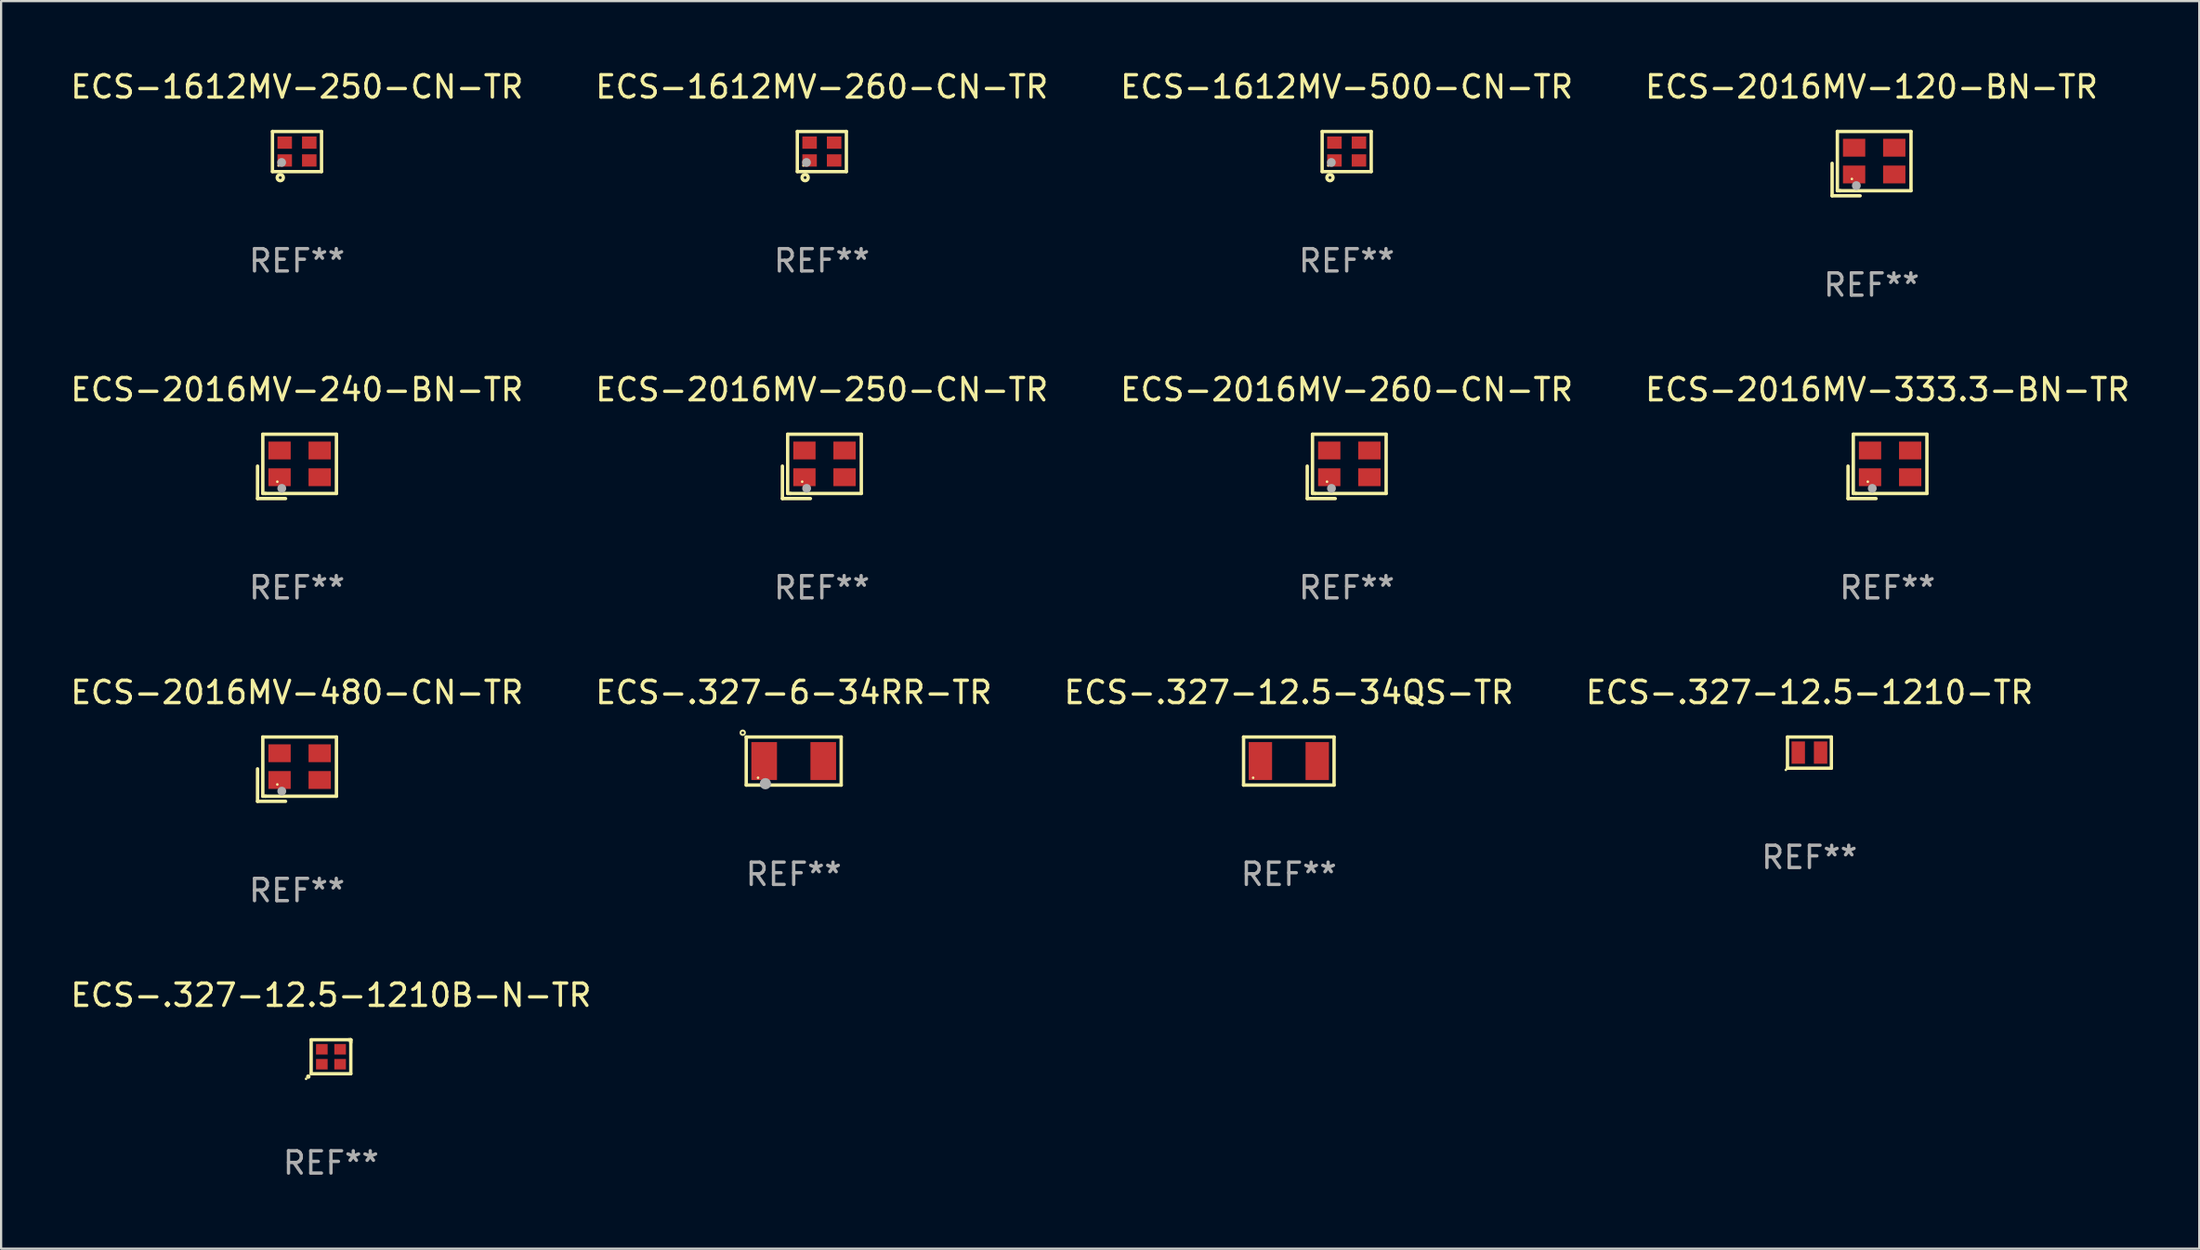
<source format=kicad_pcb>
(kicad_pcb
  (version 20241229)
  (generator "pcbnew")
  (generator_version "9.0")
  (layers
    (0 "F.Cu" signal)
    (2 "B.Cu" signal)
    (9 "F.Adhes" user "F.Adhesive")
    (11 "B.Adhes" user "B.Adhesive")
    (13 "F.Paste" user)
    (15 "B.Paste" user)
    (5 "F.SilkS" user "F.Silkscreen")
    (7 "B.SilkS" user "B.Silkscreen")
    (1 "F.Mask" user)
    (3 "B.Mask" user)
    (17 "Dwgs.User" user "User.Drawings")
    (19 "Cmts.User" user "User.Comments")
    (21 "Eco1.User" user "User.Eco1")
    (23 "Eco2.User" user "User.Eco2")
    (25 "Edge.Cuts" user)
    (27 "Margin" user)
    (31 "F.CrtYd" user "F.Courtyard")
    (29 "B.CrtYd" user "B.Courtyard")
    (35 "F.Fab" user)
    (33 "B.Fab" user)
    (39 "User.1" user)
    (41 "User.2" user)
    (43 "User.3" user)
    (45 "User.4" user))
  (footprint "ECS-.327-12.5-1210B-N-TR"
    (layer "F.Cu")
    (at 11.792 44.357)
    (property "Reference" "ECS-.327-12.5-1210B-N-TR" (at 0 -2.762 0) (layer "F.SilkS") (effects (font (size 1 1) (thickness 0.15))))
    (attr through_hole)
    (fp_line (start -0.889 -0.762) (end -0.889 0.762) (stroke (width 0.15) (type solid)) (layer "F.SilkS"))
    (fp_line (start -0.889 0.762) (end 0.889 0.762) (stroke (width 0.15) (type solid)) (layer "F.SilkS"))
    (fp_line (start 0.889 -0.762) (end -0.889 -0.762) (stroke (width 0.15) (type solid)) (layer "F.SilkS"))
    (fp_line (start 0.889 -0.762) (end 0.797 -0.762) (stroke (width 0.15) (type solid)) (layer "F.SilkS"))
    (fp_line (start 0.889 -0.638) (end 0.889 -0.762) (stroke (width 0.15) (type solid)) (layer "F.SilkS"))
    (fp_line (start 0.889 0.762) (end 0.889 -0.762) (stroke (width 0.15) (type solid)) (layer "F.SilkS"))
    (fp_circle (center -1.117 0.99) (end -1.087 0.99) (stroke (width 0.06) (type solid)) (fill no) (layer "F.SilkS"))
    (fp_circle (center -1.016 0.889) (end -0.965 0.889) (stroke (width 0.1) (type solid)) (fill no) (layer "F.SilkS"))
    (fp_text user "REF**" (at 0 4.762 0) (layer "F.Fab") (effects (font (size 1 1) (thickness 0.15))))
    (pad "1" smd rect (at -0.41 0.335) (size 0.52 0.47) (layers "F.Cu" "F.Mask" "F.Paste"))
    (pad "2" smd rect (at 0.41 0.335) (size 0.52 0.47) (layers "F.Cu" "F.Mask" "F.Paste"))
    (pad "3" smd rect (at 0.41 -0.335) (size 0.52 0.47) (layers "F.Cu" "F.Mask" "F.Paste"))
    (pad "4" smd rect (at -0.41 -0.335) (size 0.52 0.47) (layers "F.Cu" "F.Mask" "F.Paste")))
  (footprint "ECS-2016MV-333.3-BN-TR"
    (layer "F.Cu")
    (at 81.589 17.873)
    (property "Reference" "ECS-2016MV-333.3-BN-TR" (at 0 -3.443 0) (layer "F.SilkS") (effects (font (size 1 1) (thickness 0.15))))
    (attr through_hole)
    (fp_line (start -1.769 -0.014) (end -1.769 1.443) (stroke (width 0.152) (type solid)) (layer "F.SilkS"))
    (fp_line (start -1.769 1.443) (end -0.512 1.443) (stroke (width 0.152) (type solid)) (layer "F.SilkS"))
    (fp_line (start -1.533 -1.443) (end 1.769 -1.443) (stroke (width 0.152) (type solid)) (layer "F.SilkS"))
    (fp_line (start -1.533 1.214) (end -1.533 -1.443) (stroke (width 0.152) (type solid)) (layer "F.SilkS"))
    (fp_line (start -1.411 1.214) (end -1.533 1.214) (stroke (width 0.152) (type solid)) (layer "F.SilkS"))
    (fp_line (start 1.769 -1.443) (end 1.769 1.214) (stroke (width 0.152) (type solid)) (layer "F.SilkS"))
    (fp_line (start 1.769 1.214) (end -1.411 1.214) (stroke (width 0.152) (type solid)) (layer "F.SilkS"))
    (fp_circle (center -0.882 0.686) (end -0.852 0.686) (stroke (width 0.06) (type solid)) (fill no) (layer "F.SilkS"))
    (fp_circle (center -0.682 0.986) (end -0.582 0.986) (stroke (width 0.2) (type solid)) (fill no) (layer "F.Fab"))
    (fp_text user "REF**" (at 0 5.443 0) (layer "F.Fab") (effects (font (size 1 1) (thickness 0.15))))
    (pad "1" smd rect (at -0.782 0.486 90) (size 0.8 1) (layers "F.Cu" "F.Mask" "F.Paste"))
    (pad "2" smd rect (at 1.018 0.486 90) (size 0.8 1) (layers "F.Cu" "F.Mask" "F.Paste"))
    (pad "3" smd rect (at 1.018 -0.714 90) (size 0.8 1) (layers "F.Cu" "F.Mask" "F.Paste"))
    (pad "4" smd rect (at -0.782 -0.714 90) (size 0.8 1) (layers "F.Cu" "F.Mask" "F.Paste")))
  (footprint "ECS-.327-6-34RR-TR"
    (layer "F.Cu")
    (at 32.542 31.091)
    (property "Reference" "ECS-.327-6-34RR-TR" (at 0 -3.079 0) (layer "F.SilkS") (effects (font (size 1 1) (thickness 0.15))))
    (attr through_hole)
    (fp_line (start -2.129 -1.079) (end 2.129 -1.079) (stroke (width 0.152) (type solid)) (layer "F.SilkS"))
    (fp_line (start -2.129 1.079) (end -2.129 -1.079) (stroke (width 0.152) (type solid)) (layer "F.SilkS"))
    (fp_line (start 2.129 -1.079) (end 2.129 1.079) (stroke (width 0.152) (type solid)) (layer "F.SilkS"))
    (fp_line (start 2.129 1.079) (end -2.129 1.079) (stroke (width 0.152) (type solid)) (layer "F.SilkS"))
    (fp_circle (center -2.286 -1.27) (end -2.186 -1.27) (stroke (width 0.085) (type solid)) (fill no) (layer "F.SilkS"))
    (fp_circle (center -1.6 0.75) (end -1.57 0.75) (stroke (width 0.06) (type solid)) (fill no) (layer "F.SilkS"))
    (fp_circle (center -1.27 1.016) (end -1.143 1.016) (stroke (width 0.254) (type solid)) (fill no) (layer "F.Fab"))
    (fp_text user "REF**" (at 0 5.079 0) (layer "F.Fab") (effects (font (size 1 1) (thickness 0.15))))
    (pad "1" smd rect (at -1.325 0) (size 1.15 1.7) (layers "F.Cu" "F.Mask" "F.Paste"))
    (pad "2" smd rect (at 1.325 0) (size 1.15 1.7) (layers "F.Cu" "F.Mask" "F.Paste")))
  (footprint "ECS-1612MV-500-CN-TR"
    (layer "F.Cu")
    (at 57.339 3.748)
    (property "Reference" "ECS-1612MV-500-CN-TR" (at 0 -2.9 0) (layer "F.SilkS") (effects (font (size 1 1) (thickness 0.15))))
    (attr through_hole)
    (fp_line (start -1.1 -0.9) (end -1.1 0.9) (stroke (width 0.15) (type solid)) (layer "F.SilkS"))
    (fp_line (start -1.1 -0.9) (end 1.1 -0.9) (stroke (width 0.15) (type solid)) (layer "F.SilkS"))
    (fp_line (start -1.1 0.9) (end 1.1 0.9) (stroke (width 0.15) (type solid)) (layer "F.SilkS"))
    (fp_line (start 1.1 -0.9) (end 1.1 0.9) (stroke (width 0.15) (type solid)) (layer "F.SilkS"))
    (fp_circle (center -0.825 0.625) (end -0.795 0.625) (stroke (width 0.06) (type solid)) (fill no) (layer "F.SilkS"))
    (fp_circle (center -0.75 1.17) (end -0.686 1.17) (stroke (width 0.15) (type solid)) (fill no) (layer "F.SilkS"))
    (fp_circle (center -0.69 0.49) (end -0.59 0.49) (stroke (width 0.2) (type solid)) (fill no) (layer "F.Fab"))
    (fp_text user "REF**" (at 0 4.9 0) (layer "F.Fab") (effects (font (size 1 1) (thickness 0.15))))
    (pad "1" smd rect (at -0.55 0.4) (size 0.65 0.55) (layers "F.Cu" "F.Mask" "F.Paste"))
    (pad "2" smd rect (at 0.55 0.4) (size 0.65 0.55) (layers "F.Cu" "F.Mask" "F.Paste"))
    (pad "3" smd rect (at 0.55 -0.4) (size 0.65 0.55) (layers "F.Cu" "F.Mask" "F.Paste"))
    (pad "4" smd rect (at -0.55 -0.4) (size 0.65 0.55) (layers "F.Cu" "F.Mask" "F.Paste")))
  (footprint "ECS-.327-12.5-1210-TR"
    (layer "F.Cu")
    (at 78.089 30.712)
    (property "Reference" "ECS-.327-12.5-1210-TR" (at 0 -2.7 0) (layer "F.SilkS") (effects (font (size 1 1) (thickness 0.15))))
    (attr through_hole)
    (fp_line (start -0.984 -0.7) (end -0.984 0.7) (stroke (width 0.15) (type solid)) (layer "F.SilkS"))
    (fp_line (start 0.984 -0.7) (end -0.984 -0.7) (stroke (width 0.15) (type solid)) (layer "F.SilkS"))
    (fp_line (start 0.984 0.7) (end -0.984 0.7) (stroke (width 0.15) (type solid)) (layer "F.SilkS"))
    (fp_line (start 0.984 -0.7) (end 0.984 0.7) (stroke (width 0.15) (type solid)) (layer "F.SilkS"))
    (fp_circle (center -1.059 0.775) (end -1.029 0.775) (stroke (width 0.06) (type solid)) (fill no) (layer "F.SilkS"))
    (fp_text user "REF**" (at 0 4.7 0) (layer "F.Fab") (effects (font (size 1 1) (thickness 0.15))))
    (pad "1" smd rect (at -0.5 0 90) (size 1 0.6) (layers "F.Cu" "F.Mask" "F.Paste"))
    (pad "2" smd rect (at 0.5 0 90) (size 1 0.6) (layers "F.Cu" "F.Mask" "F.Paste")))
  (footprint "ECS-2016MV-260-CN-TR"
    (layer "F.Cu")
    (at 57.339 17.873)
    (property "Reference" "ECS-2016MV-260-CN-TR" (at 0 -3.443 0) (layer "F.SilkS") (effects (font (size 1 1) (thickness 0.15))))
    (attr through_hole)
    (fp_line (start -1.769 -0.014) (end -1.769 1.443) (stroke (width 0.152) (type solid)) (layer "F.SilkS"))
    (fp_line (start -1.769 1.443) (end -0.512 1.443) (stroke (width 0.152) (type solid)) (layer "F.SilkS"))
    (fp_line (start -1.533 -1.443) (end 1.769 -1.443) (stroke (width 0.152) (type solid)) (layer "F.SilkS"))
    (fp_line (start -1.533 1.214) (end -1.533 -1.443) (stroke (width 0.152) (type solid)) (layer "F.SilkS"))
    (fp_line (start -1.411 1.214) (end -1.533 1.214) (stroke (width 0.152) (type solid)) (layer "F.SilkS"))
    (fp_line (start 1.769 -1.443) (end 1.769 1.214) (stroke (width 0.152) (type solid)) (layer "F.SilkS"))
    (fp_line (start 1.769 1.214) (end -1.411 1.214) (stroke (width 0.152) (type solid)) (layer "F.SilkS"))
    (fp_circle (center -0.882 0.686) (end -0.852 0.686) (stroke (width 0.06) (type solid)) (fill no) (layer "F.SilkS"))
    (fp_circle (center -0.682 0.986) (end -0.582 0.986) (stroke (width 0.2) (type solid)) (fill no) (layer "F.Fab"))
    (fp_text user "REF**" (at 0 5.443 0) (layer "F.Fab") (effects (font (size 1 1) (thickness 0.15))))
    (pad "1" smd rect (at -0.782 0.486 90) (size 0.8 1) (layers "F.Cu" "F.Mask" "F.Paste"))
    (pad "2" smd rect (at 1.018 0.486 90) (size 0.8 1) (layers "F.Cu" "F.Mask" "F.Paste"))
    (pad "3" smd rect (at 1.018 -0.714 90) (size 0.8 1) (layers "F.Cu" "F.Mask" "F.Paste"))
    (pad "4" smd rect (at -0.782 -0.714 90) (size 0.8 1) (layers "F.Cu" "F.Mask" "F.Paste")))
  (footprint "ECS-.327-12.5-34QS-TR"
    (layer "F.Cu")
    (at 54.744 31.091)
    (property "Reference" "ECS-.327-12.5-34QS-TR" (at 0 -3.079 0) (layer "F.SilkS") (effects (font (size 1 1) (thickness 0.15))))
    (attr through_hole)
    (fp_line (start -2.029 -1.079) (end 2.029 -1.079) (stroke (width 0.152) (type solid)) (layer "F.SilkS"))
    (fp_line (start -2.029 1.079) (end -2.029 -1.079) (stroke (width 0.152) (type solid)) (layer "F.SilkS"))
    (fp_line (start 2.029 -1.079) (end 2.029 1.079) (stroke (width 0.152) (type solid)) (layer "F.SilkS"))
    (fp_line (start 2.029 1.079) (end -2.029 1.079) (stroke (width 0.152) (type solid)) (layer "F.SilkS"))
    (fp_circle (center -1.6 0.75) (end -1.57 0.75) (stroke (width 0.06) (type solid)) (fill no) (layer "F.SilkS"))
    (fp_text user "REF**" (at 0 5.079 0) (layer "F.Fab") (effects (font (size 1 1) (thickness 0.15))))
    (pad "1" smd rect (at -1.275 0) (size 1.05 1.7) (layers "F.Cu" "F.Mask" "F.Paste"))
    (pad "2" smd rect (at 1.275 0) (size 1.05 1.7) (layers "F.Cu" "F.Mask" "F.Paste")))
  (footprint "ECS-2016MV-480-CN-TR"
    (layer "F.Cu")
    (at 10.268 31.455)
    (property "Reference" "ECS-2016MV-480-CN-TR" (at 0 -3.443 0) (layer "F.SilkS") (effects (font (size 1 1) (thickness 0.15))))
    (attr through_hole)
    (fp_line (start -1.769 -0.014) (end -1.769 1.443) (stroke (width 0.152) (type solid)) (layer "F.SilkS"))
    (fp_line (start -1.769 1.443) (end -0.512 1.443) (stroke (width 0.152) (type solid)) (layer "F.SilkS"))
    (fp_line (start -1.533 -1.443) (end 1.769 -1.443) (stroke (width 0.152) (type solid)) (layer "F.SilkS"))
    (fp_line (start -1.533 1.214) (end -1.533 -1.443) (stroke (width 0.152) (type solid)) (layer "F.SilkS"))
    (fp_line (start -1.411 1.214) (end -1.533 1.214) (stroke (width 0.152) (type solid)) (layer "F.SilkS"))
    (fp_line (start 1.769 -1.443) (end 1.769 1.214) (stroke (width 0.152) (type solid)) (layer "F.SilkS"))
    (fp_line (start 1.769 1.214) (end -1.411 1.214) (stroke (width 0.152) (type solid)) (layer "F.SilkS"))
    (fp_circle (center -0.882 0.686) (end -0.852 0.686) (stroke (width 0.06) (type solid)) (fill no) (layer "F.SilkS"))
    (fp_circle (center -0.682 0.986) (end -0.582 0.986) (stroke (width 0.2) (type solid)) (fill no) (layer "F.Fab"))
    (fp_text user "REF**" (at 0 5.443 0) (layer "F.Fab") (effects (font (size 1 1) (thickness 0.15))))
    (pad "1" smd rect (at -0.782 0.486 90) (size 0.8 1) (layers "F.Cu" "F.Mask" "F.Paste"))
    (pad "2" smd rect (at 1.018 0.486 90) (size 0.8 1) (layers "F.Cu" "F.Mask" "F.Paste"))
    (pad "3" smd rect (at 1.018 -0.714 90) (size 0.8 1) (layers "F.Cu" "F.Mask" "F.Paste"))
    (pad "4" smd rect (at -0.782 -0.714 90) (size 0.8 1) (layers "F.Cu" "F.Mask" "F.Paste")))
  (footprint "ECS-1612MV-260-CN-TR"
    (layer "F.Cu")
    (at 33.804 3.748)
    (property "Reference" "ECS-1612MV-260-CN-TR" (at 0 -2.9 0) (layer "F.SilkS") (effects (font (size 1 1) (thickness 0.15))))
    (attr through_hole)
    (fp_line (start -1.1 -0.9) (end -1.1 0.9) (stroke (width 0.15) (type solid)) (layer "F.SilkS"))
    (fp_line (start -1.1 -0.9) (end 1.1 -0.9) (stroke (width 0.15) (type solid)) (layer "F.SilkS"))
    (fp_line (start -1.1 0.9) (end 1.1 0.9) (stroke (width 0.15) (type solid)) (layer "F.SilkS"))
    (fp_line (start 1.1 -0.9) (end 1.1 0.9) (stroke (width 0.15) (type solid)) (layer "F.SilkS"))
    (fp_circle (center -0.825 0.625) (end -0.795 0.625) (stroke (width 0.06) (type solid)) (fill no) (layer "F.SilkS"))
    (fp_circle (center -0.75 1.17) (end -0.686 1.17) (stroke (width 0.15) (type solid)) (fill no) (layer "F.SilkS"))
    (fp_circle (center -0.69 0.49) (end -0.59 0.49) (stroke (width 0.2) (type solid)) (fill no) (layer "F.Fab"))
    (fp_text user "REF**" (at 0 4.9 0) (layer "F.Fab") (effects (font (size 1 1) (thickness 0.15))))
    (pad "1" smd rect (at -0.55 0.4) (size 0.65 0.55) (layers "F.Cu" "F.Mask" "F.Paste"))
    (pad "2" smd rect (at 0.55 0.4) (size 0.65 0.55) (layers "F.Cu" "F.Mask" "F.Paste"))
    (pad "3" smd rect (at 0.55 -0.4) (size 0.65 0.55) (layers "F.Cu" "F.Mask" "F.Paste"))
    (pad "4" smd rect (at -0.55 -0.4) (size 0.65 0.55) (layers "F.Cu" "F.Mask" "F.Paste")))
  (footprint "ECS-2016MV-120-BN-TR"
    (layer "F.Cu")
    (at 80.875 4.291)
    (property "Reference" "ECS-2016MV-120-BN-TR" (at 0 -3.443 0) (layer "F.SilkS") (effects (font (size 1 1) (thickness 0.15))))
    (attr through_hole)
    (fp_line (start -1.769 -0.014) (end -1.769 1.443) (stroke (width 0.152) (type solid)) (layer "F.SilkS"))
    (fp_line (start -1.769 1.443) (end -0.512 1.443) (stroke (width 0.152) (type solid)) (layer "F.SilkS"))
    (fp_line (start -1.533 -1.443) (end 1.769 -1.443) (stroke (width 0.152) (type solid)) (layer "F.SilkS"))
    (fp_line (start -1.533 1.214) (end -1.533 -1.443) (stroke (width 0.152) (type solid)) (layer "F.SilkS"))
    (fp_line (start -1.411 1.214) (end -1.533 1.214) (stroke (width 0.152) (type solid)) (layer "F.SilkS"))
    (fp_line (start 1.769 -1.443) (end 1.769 1.214) (stroke (width 0.152) (type solid)) (layer "F.SilkS"))
    (fp_line (start 1.769 1.214) (end -1.411 1.214) (stroke (width 0.152) (type solid)) (layer "F.SilkS"))
    (fp_circle (center -0.882 0.686) (end -0.852 0.686) (stroke (width 0.06) (type solid)) (fill no) (layer "F.SilkS"))
    (fp_circle (center -0.682 0.986) (end -0.582 0.986) (stroke (width 0.2) (type solid)) (fill no) (layer "F.Fab"))
    (fp_text user "REF**" (at 0 5.443 0) (layer "F.Fab") (effects (font (size 1 1) (thickness 0.15))))
    (pad "1" smd rect (at -0.782 0.486 90) (size 0.8 1) (layers "F.Cu" "F.Mask" "F.Paste"))
    (pad "2" smd rect (at 1.018 0.486 90) (size 0.8 1) (layers "F.Cu" "F.Mask" "F.Paste"))
    (pad "3" smd rect (at 1.018 -0.714 90) (size 0.8 1) (layers "F.Cu" "F.Mask" "F.Paste"))
    (pad "4" smd rect (at -0.782 -0.714 90) (size 0.8 1) (layers "F.Cu" "F.Mask" "F.Paste")))
  (footprint "ECS-2016MV-250-CN-TR"
    (layer "F.Cu")
    (at 33.804 17.873)
    (property "Reference" "ECS-2016MV-250-CN-TR" (at 0 -3.443 0) (layer "F.SilkS") (effects (font (size 1 1) (thickness 0.15))))
    (attr through_hole)
    (fp_line (start -1.769 -0.014) (end -1.769 1.443) (stroke (width 0.152) (type solid)) (layer "F.SilkS"))
    (fp_line (start -1.769 1.443) (end -0.512 1.443) (stroke (width 0.152) (type solid)) (layer "F.SilkS"))
    (fp_line (start -1.533 -1.443) (end 1.769 -1.443) (stroke (width 0.152) (type solid)) (layer "F.SilkS"))
    (fp_line (start -1.533 1.214) (end -1.533 -1.443) (stroke (width 0.152) (type solid)) (layer "F.SilkS"))
    (fp_line (start -1.411 1.214) (end -1.533 1.214) (stroke (width 0.152) (type solid)) (layer "F.SilkS"))
    (fp_line (start 1.769 -1.443) (end 1.769 1.214) (stroke (width 0.152) (type solid)) (layer "F.SilkS"))
    (fp_line (start 1.769 1.214) (end -1.411 1.214) (stroke (width 0.152) (type solid)) (layer "F.SilkS"))
    (fp_circle (center -0.882 0.686) (end -0.852 0.686) (stroke (width 0.06) (type solid)) (fill no) (layer "F.SilkS"))
    (fp_circle (center -0.682 0.986) (end -0.582 0.986) (stroke (width 0.2) (type solid)) (fill no) (layer "F.Fab"))
    (fp_text user "REF**" (at 0 5.443 0) (layer "F.Fab") (effects (font (size 1 1) (thickness 0.15))))
    (pad "1" smd rect (at -0.782 0.486 90) (size 0.8 1) (layers "F.Cu" "F.Mask" "F.Paste"))
    (pad "2" smd rect (at 1.018 0.486 90) (size 0.8 1) (layers "F.Cu" "F.Mask" "F.Paste"))
    (pad "3" smd rect (at 1.018 -0.714 90) (size 0.8 1) (layers "F.Cu" "F.Mask" "F.Paste"))
    (pad "4" smd rect (at -0.782 -0.714 90) (size 0.8 1) (layers "F.Cu" "F.Mask" "F.Paste")))
  (footprint "ECS-1612MV-250-CN-TR"
    (layer "F.Cu")
    (at 10.268 3.748)
    (property "Reference" "ECS-1612MV-250-CN-TR" (at 0 -2.9 0) (layer "F.SilkS") (effects (font (size 1 1) (thickness 0.15))))
    (attr through_hole)
    (fp_line (start -1.1 -0.9) (end -1.1 0.9) (stroke (width 0.15) (type solid)) (layer "F.SilkS"))
    (fp_line (start -1.1 -0.9) (end 1.1 -0.9) (stroke (width 0.15) (type solid)) (layer "F.SilkS"))
    (fp_line (start -1.1 0.9) (end 1.1 0.9) (stroke (width 0.15) (type solid)) (layer "F.SilkS"))
    (fp_line (start 1.1 -0.9) (end 1.1 0.9) (stroke (width 0.15) (type solid)) (layer "F.SilkS"))
    (fp_circle (center -0.825 0.625) (end -0.795 0.625) (stroke (width 0.06) (type solid)) (fill no) (layer "F.SilkS"))
    (fp_circle (center -0.75 1.17) (end -0.686 1.17) (stroke (width 0.15) (type solid)) (fill no) (layer "F.SilkS"))
    (fp_circle (center -0.69 0.49) (end -0.59 0.49) (stroke (width 0.2) (type solid)) (fill no) (layer "F.Fab"))
    (fp_text user "REF**" (at 0 4.9 0) (layer "F.Fab") (effects (font (size 1 1) (thickness 0.15))))
    (pad "1" smd rect (at -0.55 0.4) (size 0.65 0.55) (layers "F.Cu" "F.Mask" "F.Paste"))
    (pad "2" smd rect (at 0.55 0.4) (size 0.65 0.55) (layers "F.Cu" "F.Mask" "F.Paste"))
    (pad "3" smd rect (at 0.55 -0.4) (size 0.65 0.55) (layers "F.Cu" "F.Mask" "F.Paste"))
    (pad "4" smd rect (at -0.55 -0.4) (size 0.65 0.55) (layers "F.Cu" "F.Mask" "F.Paste")))
  (footprint "ECS-2016MV-240-BN-TR"
    (layer "F.Cu")
    (at 10.268 17.873)
    (property "Reference" "ECS-2016MV-240-BN-TR" (at 0 -3.443 0) (layer "F.SilkS") (effects (font (size 1 1) (thickness 0.15))))
    (attr through_hole)
    (fp_line (start -1.769 -0.014) (end -1.769 1.443) (stroke (width 0.152) (type solid)) (layer "F.SilkS"))
    (fp_line (start -1.769 1.443) (end -0.512 1.443) (stroke (width 0.152) (type solid)) (layer "F.SilkS"))
    (fp_line (start -1.533 -1.443) (end 1.769 -1.443) (stroke (width 0.152) (type solid)) (layer "F.SilkS"))
    (fp_line (start -1.533 1.214) (end -1.533 -1.443) (stroke (width 0.152) (type solid)) (layer "F.SilkS"))
    (fp_line (start -1.411 1.214) (end -1.533 1.214) (stroke (width 0.152) (type solid)) (layer "F.SilkS"))
    (fp_line (start 1.769 -1.443) (end 1.769 1.214) (stroke (width 0.152) (type solid)) (layer "F.SilkS"))
    (fp_line (start 1.769 1.214) (end -1.411 1.214) (stroke (width 0.152) (type solid)) (layer "F.SilkS"))
    (fp_circle (center -0.882 0.686) (end -0.852 0.686) (stroke (width 0.06) (type solid)) (fill no) (layer "F.SilkS"))
    (fp_circle (center -0.682 0.986) (end -0.582 0.986) (stroke (width 0.2) (type solid)) (fill no) (layer "F.Fab"))
    (fp_text user "REF**" (at 0 5.443 0) (layer "F.Fab") (effects (font (size 1 1) (thickness 0.15))))
    (pad "1" smd rect (at -0.782 0.486 90) (size 0.8 1) (layers "F.Cu" "F.Mask" "F.Paste"))
    (pad "2" smd rect (at 1.018 0.486 90) (size 0.8 1) (layers "F.Cu" "F.Mask" "F.Paste"))
    (pad "3" smd rect (at 1.018 -0.714 90) (size 0.8 1) (layers "F.Cu" "F.Mask" "F.Paste"))
    (pad "4" smd rect (at -0.782 -0.714 90) (size 0.8 1) (layers "F.Cu" "F.Mask" "F.Paste")))
  (gr_rect
    (start -3 -3)
    (end 95.571 52.967)
    (stroke (width 0.1) (type default))
    (fill no)
    (layer "Edge.Cuts")))
</source>
